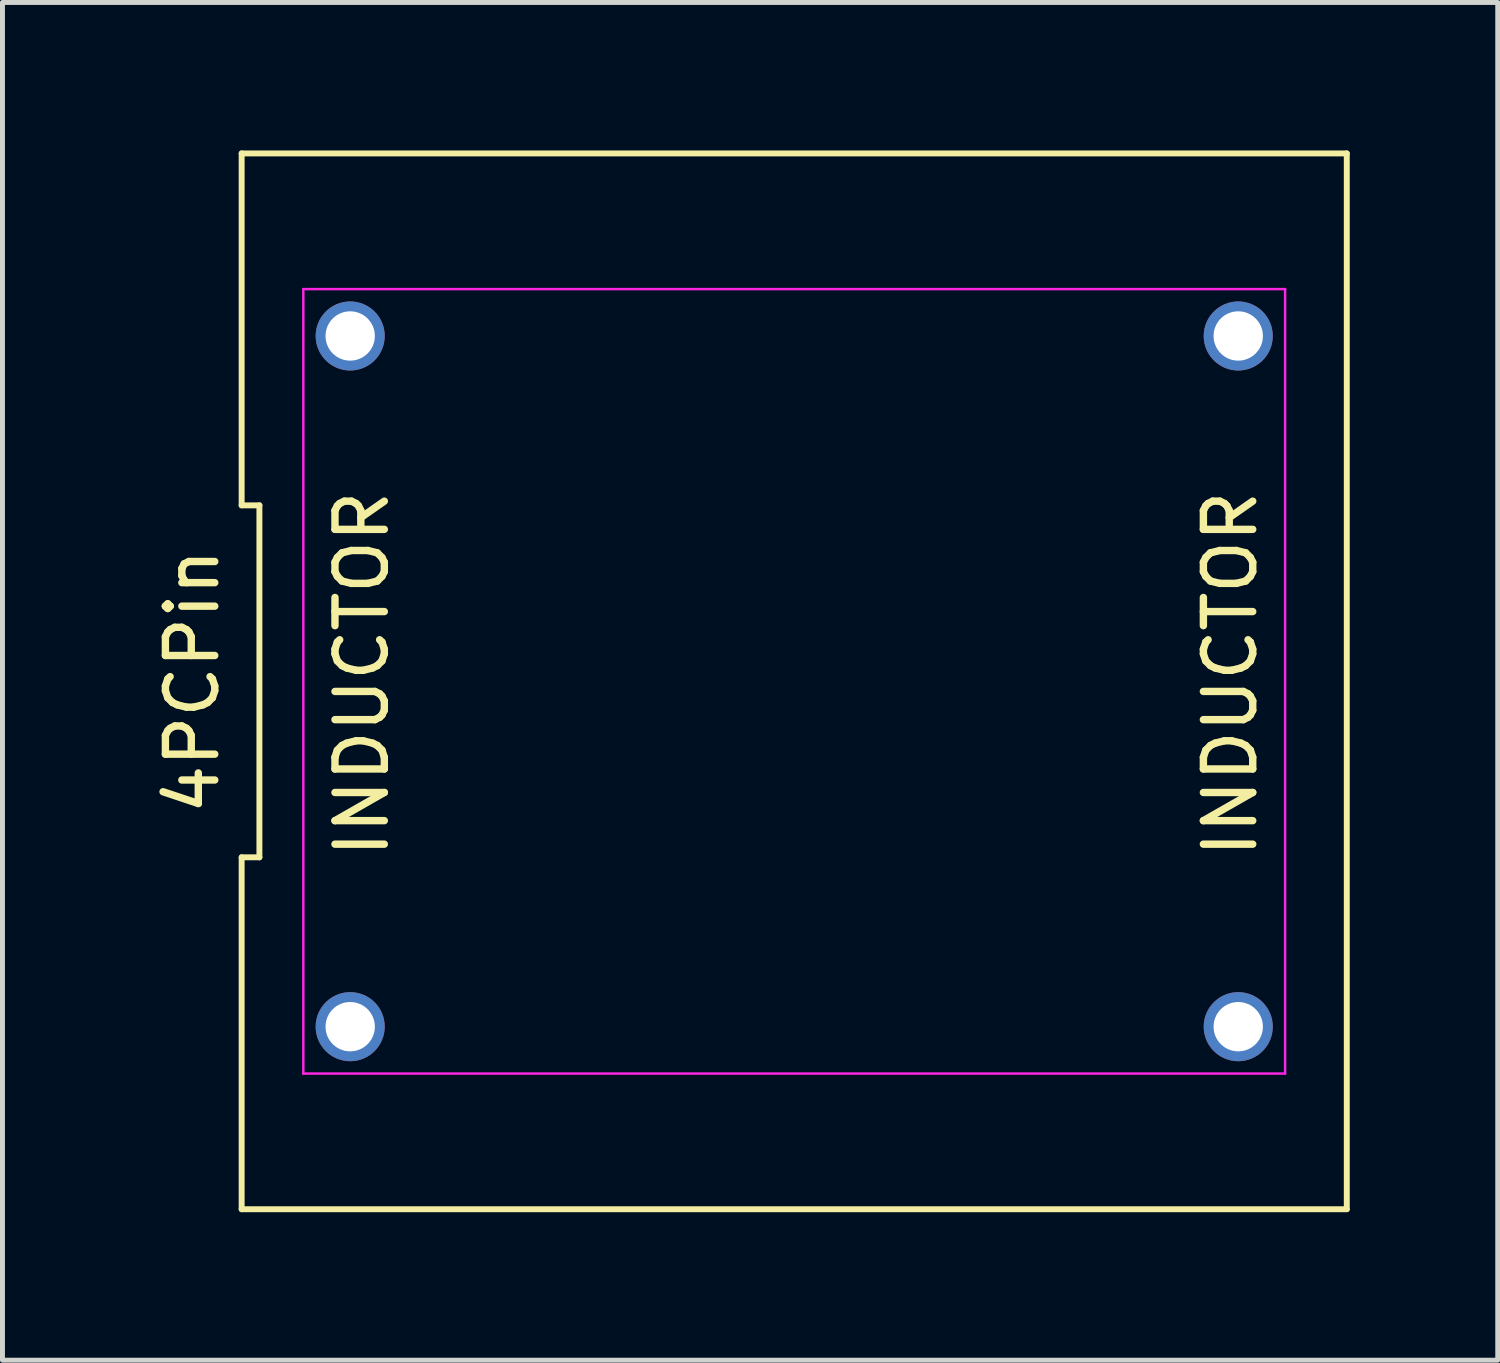
<source format=kicad_pcb>
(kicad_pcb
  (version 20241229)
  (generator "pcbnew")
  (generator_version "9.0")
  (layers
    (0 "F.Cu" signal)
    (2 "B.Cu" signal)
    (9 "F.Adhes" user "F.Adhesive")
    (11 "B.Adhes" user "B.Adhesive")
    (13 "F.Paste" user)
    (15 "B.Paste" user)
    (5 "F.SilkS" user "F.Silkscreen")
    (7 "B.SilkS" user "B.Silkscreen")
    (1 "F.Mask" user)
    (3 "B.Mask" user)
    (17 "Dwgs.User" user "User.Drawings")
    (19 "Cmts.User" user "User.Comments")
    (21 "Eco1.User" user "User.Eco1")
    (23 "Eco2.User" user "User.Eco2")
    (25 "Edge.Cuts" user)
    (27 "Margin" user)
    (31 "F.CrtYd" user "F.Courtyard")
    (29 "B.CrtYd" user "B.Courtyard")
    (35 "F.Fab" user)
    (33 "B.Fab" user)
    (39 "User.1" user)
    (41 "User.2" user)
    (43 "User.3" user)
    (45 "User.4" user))
  (footprint "4PCPin"
    (layer "F.Cu")
    (at 13.048 10.76)
    (property "Reference" "4PCPin" (at -12.2 0 90) (layer "F.SilkS") (effects (font (size 1 1) (thickness 0.15))))
    (attr through_hole)
    (fp_line (start -11.2 -10.7) (end -11.2 -3.567) (stroke (width 0.12) (type solid)) (layer "F.SilkS"))
    (fp_line (start -11.2 -3.567) (end -10.84 -3.567) (stroke (width 0.12) (type solid)) (layer "F.SilkS"))
    (fp_line (start -11.2 3.567) (end -11.2 10.7) (stroke (width 0.12) (type solid)) (layer "F.SilkS"))
    (fp_line (start -11.2 10.7) (end 11.2 10.7) (stroke (width 0.12) (type solid)) (layer "F.SilkS"))
    (fp_line (start -10.84 -3.567) (end -10.84 3.567) (stroke (width 0.12) (type solid)) (layer "F.SilkS"))
    (fp_line (start -10.84 3.567) (end -11.2 3.567) (stroke (width 0.12) (type solid)) (layer "F.SilkS"))
    (fp_line (start 11.2 -10.7) (end -11.2 -10.7) (stroke (width 0.12) (type solid)) (layer "F.SilkS"))
    (fp_line (start 11.2 10.7) (end 11.2 -10.7) (stroke (width 0.12) (type solid)) (layer "F.SilkS"))
    (fp_line (start -9.95 -7.95) (end 9.95 -7.95) (stroke (width 0.05) (type solid)) (layer "F.CrtYd"))
    (fp_line (start -9.95 7.95) (end -9.95 -7.95) (stroke (width 0.05) (type solid)) (layer "F.CrtYd"))
    (fp_line (start 9.95 -7.95) (end 9.95 7.95) (stroke (width 0.05) (type solid)) (layer "F.CrtYd"))
    (fp_line (start 9.95 7.95) (end -9.95 7.95) (stroke (width 0.05) (type solid)) (layer "F.CrtYd"))
    (fp_text user "INDUCTOR" (at -8.763 -0.152 90) (layer "F.SilkS") (effects (font (size 1 1) (thickness 0.15))))
    (fp_text user "INDUCTOR" (at 8.839 -0.152 90) (layer "F.SilkS") (effects (font (size 1 1) (thickness 0.15))))
    (pad "1" thru_hole circle (at -9 7) (size 1.4 1.4) (drill 1) (layers "*.Cu" "*.Mask"))
    (pad "2" thru_hole circle (at -9 -7) (size 1.4 1.4) (drill 1) (layers "*.Cu" "*.Mask"))
    (pad "3" thru_hole circle (at 9 7) (size 1.4 1.4) (drill 1) (layers "*.Cu" "*.Mask"))
    (pad "4" thru_hole circle (at 9 -7) (size 1.4 1.4) (drill 1) (layers "*.Cu" "*.Mask")))
  (gr_rect
    (start -3 -3)
    (end 27.308 24.52)
    (stroke (width 0.1) (type default))
    (fill no)
    (layer "Edge.Cuts")))
</source>
